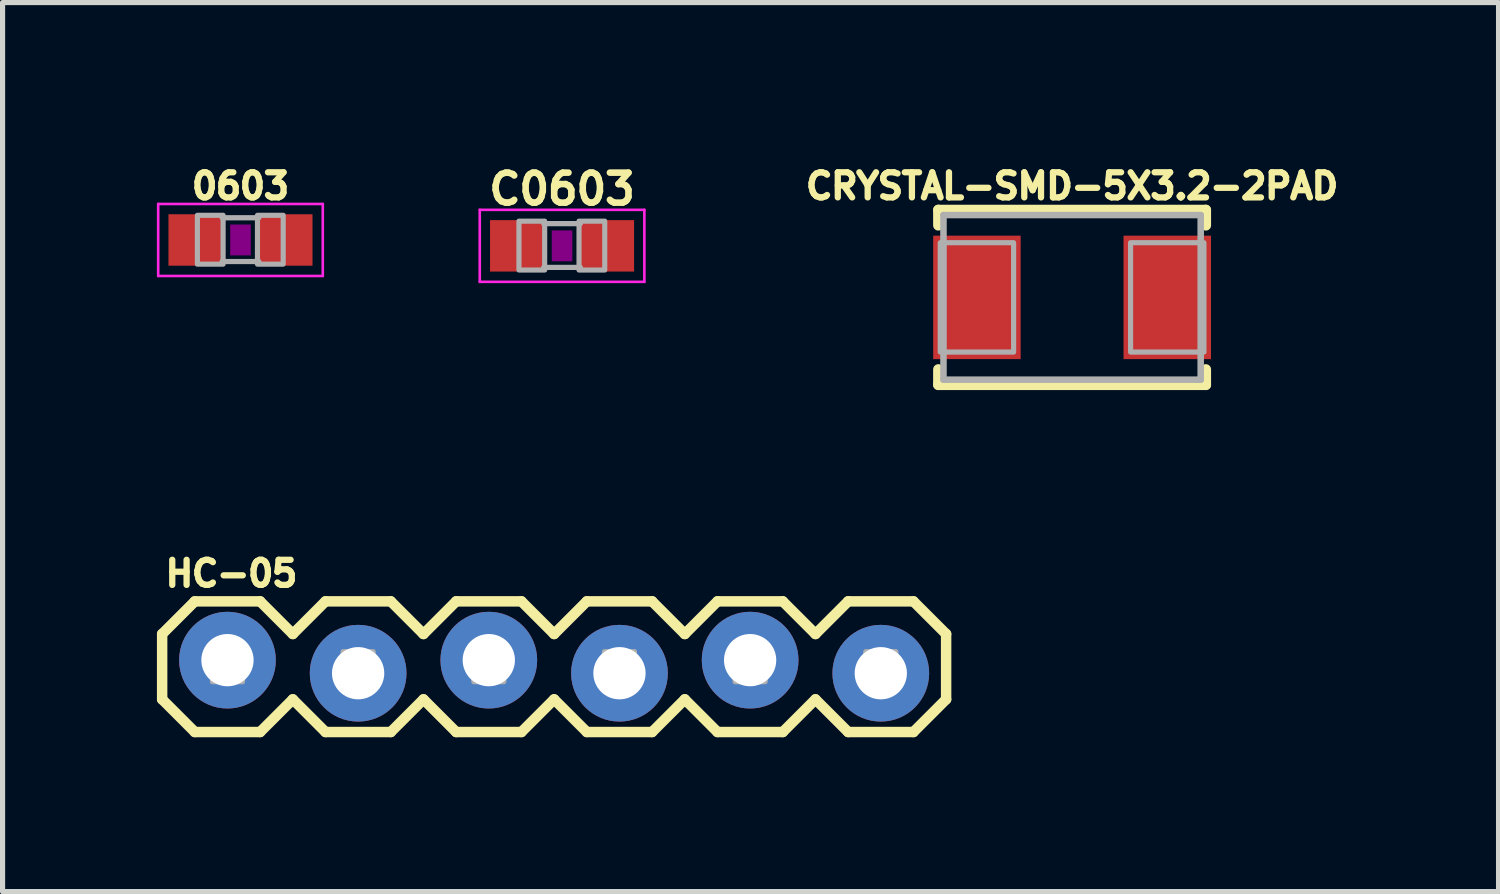
<source format=kicad_pcb>
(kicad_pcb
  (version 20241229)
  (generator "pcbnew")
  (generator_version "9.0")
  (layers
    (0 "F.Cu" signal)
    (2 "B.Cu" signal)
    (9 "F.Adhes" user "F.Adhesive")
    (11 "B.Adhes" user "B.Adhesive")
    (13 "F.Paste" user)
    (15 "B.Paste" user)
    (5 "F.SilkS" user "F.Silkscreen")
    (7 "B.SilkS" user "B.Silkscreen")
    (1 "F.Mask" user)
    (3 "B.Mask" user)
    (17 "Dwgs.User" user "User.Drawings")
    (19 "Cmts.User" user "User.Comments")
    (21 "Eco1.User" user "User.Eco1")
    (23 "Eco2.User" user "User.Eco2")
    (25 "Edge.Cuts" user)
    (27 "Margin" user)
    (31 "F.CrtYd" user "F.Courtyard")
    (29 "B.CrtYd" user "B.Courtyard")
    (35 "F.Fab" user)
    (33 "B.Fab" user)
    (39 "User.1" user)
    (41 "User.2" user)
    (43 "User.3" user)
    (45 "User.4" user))
  (footprint "HC-05"
    (layer "F.Cu")
    (at 1.372 9.783)
    (property "Reference" "HC-05" (at -1.27 -1.397 0) (layer "F.SilkS") (effects (font (size 0.488 0.488) (thickness 0.122)) (justify left bottom)))
    (fp_line (start -1.27 -0.508) (end -0.635 -1.143) (stroke (width 0.203) (type solid)) (layer "F.SilkS"))
    (fp_line (start -1.27 0.762) (end -1.27 -0.508) (stroke (width 0.203) (type solid)) (layer "F.SilkS"))
    (fp_line (start -0.635 -1.143) (end 0.635 -1.143) (stroke (width 0.203) (type solid)) (layer "F.SilkS"))
    (fp_line (start -0.635 1.397) (end -1.27 0.762) (stroke (width 0.203) (type solid)) (layer "F.SilkS"))
    (fp_line (start 0.635 -1.143) (end 1.27 -0.508) (stroke (width 0.203) (type solid)) (layer "F.SilkS"))
    (fp_line (start 0.635 1.397) (end -0.635 1.397) (stroke (width 0.203) (type solid)) (layer "F.SilkS"))
    (fp_line (start 1.27 -0.508) (end 1.905 -1.143) (stroke (width 0.203) (type solid)) (layer "F.SilkS"))
    (fp_line (start 1.27 0.762) (end 0.635 1.397) (stroke (width 0.203) (type solid)) (layer "F.SilkS"))
    (fp_line (start 1.905 -1.143) (end 3.175 -1.143) (stroke (width 0.203) (type solid)) (layer "F.SilkS"))
    (fp_line (start 1.905 1.397) (end 1.27 0.762) (stroke (width 0.203) (type solid)) (layer "F.SilkS"))
    (fp_line (start 3.175 -1.143) (end 3.81 -0.508) (stroke (width 0.203) (type solid)) (layer "F.SilkS"))
    (fp_line (start 3.175 1.397) (end 1.905 1.397) (stroke (width 0.203) (type solid)) (layer "F.SilkS"))
    (fp_line (start 3.81 -0.508) (end 4.445 -1.143) (stroke (width 0.203) (type solid)) (layer "F.SilkS"))
    (fp_line (start 3.81 0.762) (end 3.175 1.397) (stroke (width 0.203) (type solid)) (layer "F.SilkS"))
    (fp_line (start 4.445 -1.143) (end 5.715 -1.143) (stroke (width 0.203) (type solid)) (layer "F.SilkS"))
    (fp_line (start 4.445 1.397) (end 3.81 0.762) (stroke (width 0.203) (type solid)) (layer "F.SilkS"))
    (fp_line (start 5.715 -1.143) (end 6.35 -0.508) (stroke (width 0.203) (type solid)) (layer "F.SilkS"))
    (fp_line (start 5.715 1.397) (end 4.445 1.397) (stroke (width 0.203) (type solid)) (layer "F.SilkS"))
    (fp_line (start 6.35 -0.508) (end 6.985 -1.143) (stroke (width 0.203) (type solid)) (layer "F.SilkS"))
    (fp_line (start 6.35 0.762) (end 5.715 1.397) (stroke (width 0.203) (type solid)) (layer "F.SilkS"))
    (fp_line (start 6.985 -1.143) (end 8.255 -1.143) (stroke (width 0.203) (type solid)) (layer "F.SilkS"))
    (fp_line (start 6.985 1.397) (end 6.35 0.762) (stroke (width 0.203) (type solid)) (layer "F.SilkS"))
    (fp_line (start 8.255 -1.143) (end 8.89 -0.508) (stroke (width 0.203) (type solid)) (layer "F.SilkS"))
    (fp_line (start 8.255 1.397) (end 6.985 1.397) (stroke (width 0.203) (type solid)) (layer "F.SilkS"))
    (fp_line (start 8.89 -0.508) (end 9.525 -1.143) (stroke (width 0.203) (type solid)) (layer "F.SilkS"))
    (fp_line (start 8.89 0.762) (end 8.255 1.397) (stroke (width 0.203) (type solid)) (layer "F.SilkS"))
    (fp_line (start 9.525 -1.143) (end 10.795 -1.143) (stroke (width 0.203) (type solid)) (layer "F.SilkS"))
    (fp_line (start 9.525 1.397) (end 8.89 0.762) (stroke (width 0.203) (type solid)) (layer "F.SilkS"))
    (fp_line (start 10.795 -1.143) (end 11.43 -0.508) (stroke (width 0.203) (type solid)) (layer "F.SilkS"))
    (fp_line (start 10.795 1.397) (end 9.525 1.397) (stroke (width 0.203) (type solid)) (layer "F.SilkS"))
    (fp_line (start 11.43 -0.508) (end 12.065 -1.143) (stroke (width 0.203) (type solid)) (layer "F.SilkS"))
    (fp_line (start 11.43 0.762) (end 10.795 1.397) (stroke (width 0.203) (type solid)) (layer "F.SilkS"))
    (fp_line (start 12.065 -1.143) (end 13.335 -1.143) (stroke (width 0.203) (type solid)) (layer "F.SilkS"))
    (fp_line (start 12.065 1.397) (end 11.43 0.762) (stroke (width 0.203) (type solid)) (layer "F.SilkS"))
    (fp_line (start 13.335 -1.143) (end 13.97 -0.508) (stroke (width 0.203) (type solid)) (layer "F.SilkS"))
    (fp_line (start 13.335 1.397) (end 12.065 1.397) (stroke (width 0.203) (type solid)) (layer "F.SilkS"))
    (fp_line (start 13.97 -0.508) (end 13.97 0.762) (stroke (width 0.203) (type solid)) (layer "F.SilkS"))
    (fp_line (start 13.97 0.762) (end 13.335 1.397) (stroke (width 0.203) (type solid)) (layer "F.SilkS"))
    (fp_poly (pts (xy -0.292 0.419) (xy 0.292 0.419) (xy 0.292 -0.165) (xy -0.292 -0.165)) (stroke (width 0.1) (type solid)) (fill no) (layer "F.Fab"))
    (fp_poly (pts (xy 2.248 0.419) (xy 2.832 0.419) (xy 2.832 -0.165) (xy 2.248 -0.165)) (stroke (width 0.1) (type solid)) (fill no) (layer "F.Fab"))
    (fp_poly (pts (xy 4.788 0.419) (xy 5.372 0.419) (xy 5.372 -0.165) (xy 4.788 -0.165)) (stroke (width 0.1) (type solid)) (fill no) (layer "F.Fab"))
    (fp_poly (pts (xy 7.328 0.419) (xy 7.912 0.419) (xy 7.912 -0.165) (xy 7.328 -0.165)) (stroke (width 0.1) (type solid)) (fill no) (layer "F.Fab"))
    (fp_poly (pts (xy 9.868 0.419) (xy 10.452 0.419) (xy 10.452 -0.165) (xy 9.868 -0.165)) (stroke (width 0.1) (type solid)) (fill no) (layer "F.Fab"))
    (fp_poly (pts (xy 12.408 0.419) (xy 12.992 0.419) (xy 12.992 -0.165) (xy 12.408 -0.165)) (stroke (width 0.1) (type solid)) (fill no) (layer "F.Fab"))
    (pad "1" thru_hole circle (at 0 0) (size 1.88 1.88) (drill 1.016) (layers "*.Cu" "*.Mask"))
    (pad "2" thru_hole circle (at 2.54 0.254) (size 1.88 1.88) (drill 1.016) (layers "*.Cu" "*.Mask"))
    (pad "3" thru_hole circle (at 5.08 0) (size 1.88 1.88) (drill 1.016) (layers "*.Cu" "*.Mask"))
    (pad "4" thru_hole circle (at 7.62 0.254) (size 1.88 1.88) (drill 1.016) (layers "*.Cu" "*.Mask"))
    (pad "5" thru_hole circle (at 10.16 0) (size 1.88 1.88) (drill 1.016) (layers "*.Cu" "*.Mask"))
    (pad "6" thru_hole circle (at 12.7 0.254) (size 1.88 1.88) (drill 1.016) (layers "*.Cu" "*.Mask")))
  (footprint "CRYSTAL-SMD-5X3.2-2PAD"
    (layer "F.Cu")
    (at 17.791 2.731)
    (property "Reference" "CRYSTAL-SMD-5X3.2-2PAD" (at 0 -1.878 0) (layer "F.SilkS") (effects (font (size 0.488 0.488) (thickness 0.122)) (justify bottom)))
    (fp_line (start -2.6 -1.7) (end -2.6 -1.4) (stroke (width 0.203) (type solid)) (layer "F.SilkS"))
    (fp_line (start -2.6 -1.7) (end 2.6 -1.7) (stroke (width 0.203) (type solid)) (layer "F.SilkS"))
    (fp_line (start -2.6 1.7) (end -2.6 1.4) (stroke (width 0.203) (type solid)) (layer "F.SilkS"))
    (fp_line (start 2.6 -1.7) (end 2.6 -1.4) (stroke (width 0.203) (type solid)) (layer "F.SilkS"))
    (fp_line (start 2.6 1.7) (end -2.6 1.7) (stroke (width 0.203) (type solid)) (layer "F.SilkS"))
    (fp_line (start 2.6 1.7) (end 2.6 1.4) (stroke (width 0.203) (type solid)) (layer "F.SilkS"))
    (fp_line (start -2.5 -1.6) (end -2.5 1.6) (stroke (width 0.127) (type solid)) (layer "F.Fab"))
    (fp_line (start -2.5 1.6) (end 2.5 1.6) (stroke (width 0.127) (type solid)) (layer "F.Fab"))
    (fp_line (start 2.5 -1.6) (end -2.5 -1.6) (stroke (width 0.127) (type solid)) (layer "F.Fab"))
    (fp_line (start 2.5 1.6) (end 2.5 -1.6) (stroke (width 0.127) (type solid)) (layer "F.Fab"))
    (fp_poly (pts (xy -1.137 1.063) (xy -2.563 1.063) (xy -2.563 -1.063) (xy -1.137 -1.063)) (stroke (width 0.1) (type solid)) (fill no) (layer "F.Fab"))
    (fp_poly (pts (xy 2.563 1.063) (xy 1.137 1.063) (xy 1.137 -1.063) (xy 2.563 -1.063)) (stroke (width 0.1) (type solid)) (fill no) (layer "F.Fab"))
    (pad "P$1" smd rect (at 1.85 0) (size 1.7 2.4) (layers "F.Cu" "F.Mask" "F.Paste"))
    (pad "P$2" smd rect (at -1.85 0) (size 1.7 2.4) (layers "F.Cu" "F.Mask" "F.Paste")))
  (footprint "0603"
    (layer "F.Cu")
    (at 1.625 1.615)
    (property "Reference" "0603" (at 0 -0.762 0) (layer "F.SilkS") (effects (font (size 0.488 0.488) (thickness 0.122)) (justify bottom)))
    (fp_poly (pts (xy -0.2 0.3) (xy 0.2 0.3) (xy 0.2 -0.3) (xy -0.2 -0.3)) (stroke (width 0) (type solid)) (fill yes) (layer "F.Adhes"))
    (fp_line (start -1.6 -0.7) (end 1.6 -0.7) (stroke (width 0.051) (type solid)) (layer "F.CrtYd"))
    (fp_line (start -1.6 0.7) (end -1.6 -0.7) (stroke (width 0.051) (type solid)) (layer "F.CrtYd"))
    (fp_line (start 1.6 -0.7) (end 1.6 0.7) (stroke (width 0.051) (type solid)) (layer "F.CrtYd"))
    (fp_line (start 1.6 0.7) (end -1.6 0.7) (stroke (width 0.051) (type solid)) (layer "F.CrtYd"))
    (fp_line (start -0.356 -0.432) (end 0.356 -0.432) (stroke (width 0.102) (type solid)) (layer "F.Fab"))
    (fp_line (start -0.356 0.419) (end 0.356 0.419) (stroke (width 0.102) (type solid)) (layer "F.Fab"))
    (fp_poly (pts (xy -0.838 0.47) (xy -0.338 0.47) (xy -0.338 -0.48) (xy -0.838 -0.48)) (stroke (width 0.1) (type solid)) (fill no) (layer "F.Fab"))
    (fp_poly (pts (xy 0.33 0.47) (xy 0.83 0.47) (xy 0.83 -0.48) (xy 0.33 -0.48)) (stroke (width 0.1) (type solid)) (fill no) (layer "F.Fab"))
    (pad "1" smd rect (at -0.85 0) (size 1.1 1) (layers "F.Cu" "F.Mask" "F.Paste"))
    (pad "2" smd rect (at 0.85 0) (size 1.1 1) (layers "F.Cu" "F.Mask" "F.Paste")))
  (footprint "C0603"
    (layer "F.Cu")
    (at 7.876 1.729)
    (property "Reference" "C0603" (at 0 -0.762 0) (layer "F.SilkS") (effects (font (size 0.583 0.583) (thickness 0.128)) (justify bottom)))
    (fp_poly (pts (xy -0.2 0.3) (xy 0.2 0.3) (xy 0.2 -0.3) (xy -0.2 -0.3)) (stroke (width 0) (type solid)) (fill yes) (layer "F.Adhes"))
    (fp_line (start -1.6 -0.7) (end 1.6 -0.7) (stroke (width 0.051) (type solid)) (layer "F.CrtYd"))
    (fp_line (start -1.6 0.7) (end -1.6 -0.7) (stroke (width 0.051) (type solid)) (layer "F.CrtYd"))
    (fp_line (start 1.6 -0.7) (end 1.6 0.7) (stroke (width 0.051) (type solid)) (layer "F.CrtYd"))
    (fp_line (start 1.6 0.7) (end -1.6 0.7) (stroke (width 0.051) (type solid)) (layer "F.CrtYd"))
    (fp_line (start -0.356 -0.432) (end 0.356 -0.432) (stroke (width 0.102) (type solid)) (layer "F.Fab"))
    (fp_line (start -0.356 0.419) (end 0.356 0.419) (stroke (width 0.102) (type solid)) (layer "F.Fab"))
    (fp_poly (pts (xy -0.838 0.47) (xy -0.338 0.47) (xy -0.338 -0.48) (xy -0.838 -0.48)) (stroke (width 0.1) (type solid)) (fill no) (layer "F.Fab"))
    (fp_poly (pts (xy 0.33 0.47) (xy 0.83 0.47) (xy 0.83 -0.48) (xy 0.33 -0.48)) (stroke (width 0.1) (type solid)) (fill no) (layer "F.Fab"))
    (pad "1" smd rect (at -0.85 0) (size 1.1 1) (layers "F.Cu" "F.Mask" "F.Paste"))
    (pad "2" smd rect (at 0.85 0) (size 1.1 1) (layers "F.Cu" "F.Mask" "F.Paste")))
  (gr_rect
    (start -3 -3)
    (end 26.081 14.282)
    (stroke (width 0.1) (type default))
    (fill no)
    (layer "Edge.Cuts")))
</source>
